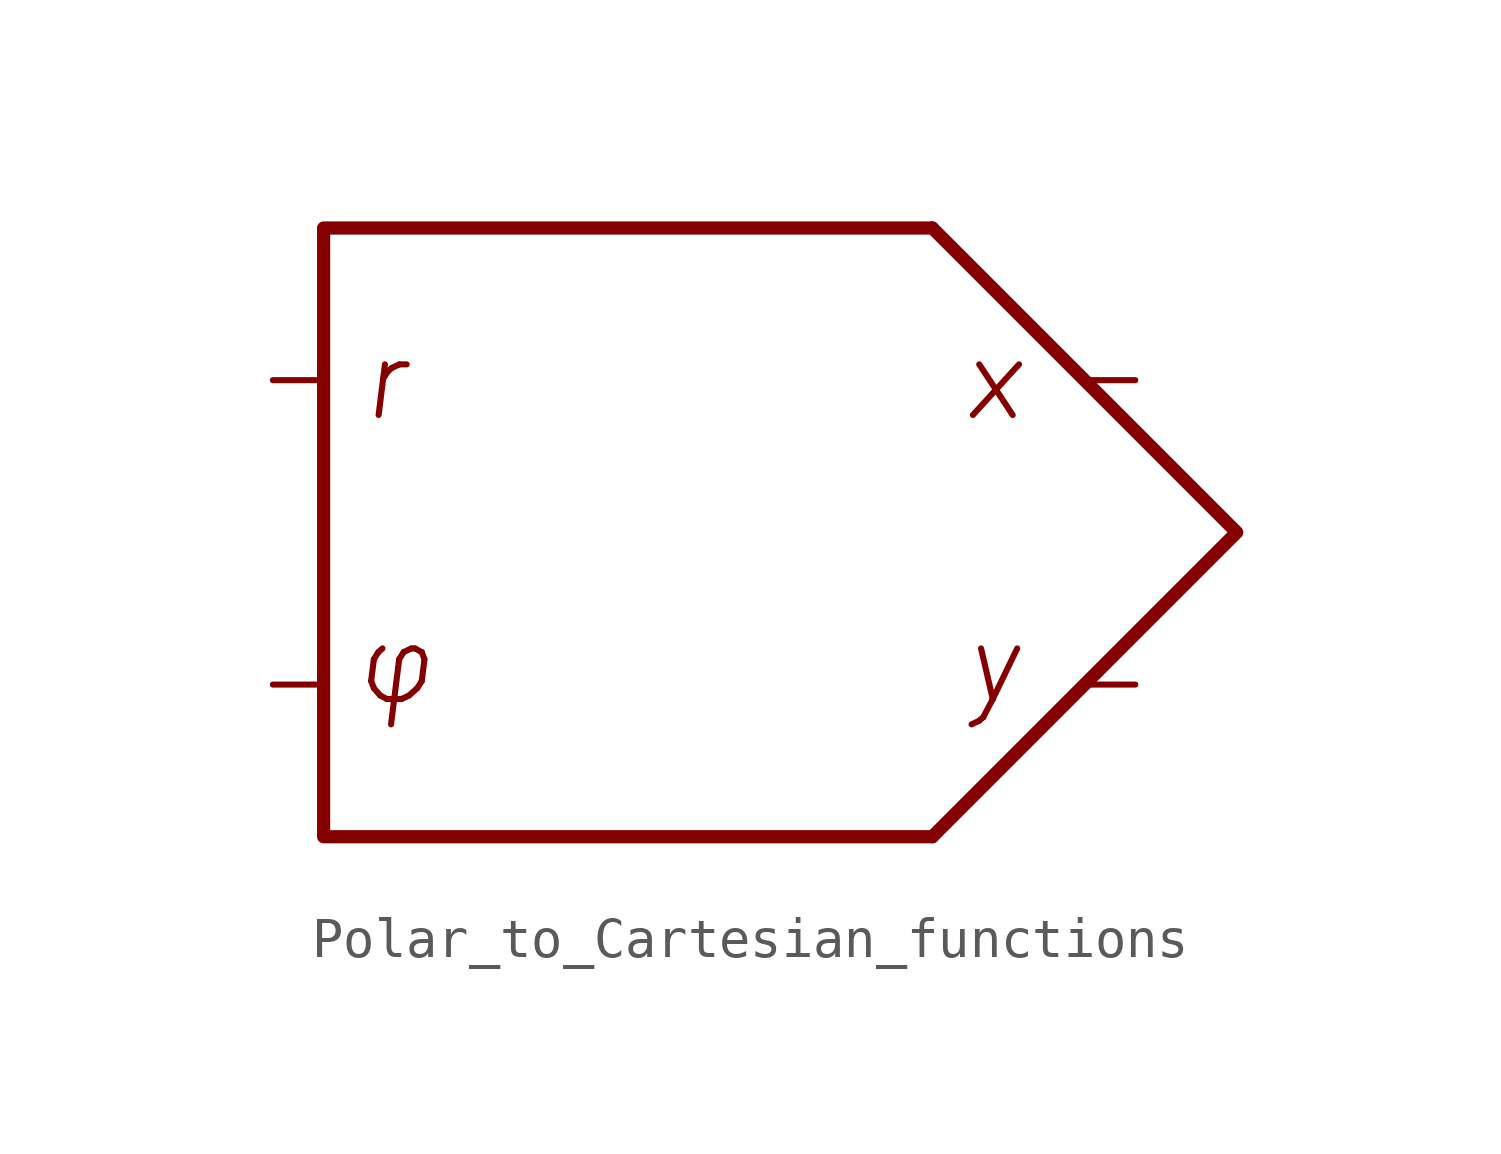
<source format=kicad_sym>
(kicad_symbol_lib
  (version 20211014)
  (generator kicad_symbol_editor)
  (symbol "Polar_to_Cartesian_functions"
    (property "Reference" "U"
      (at 8.128 12.7 0)
      (effects (font (size 1.27 1.27)) hide))
    (symbol "Polar_to_Cartesian_functions_0_0"
      (polyline (pts (xy 0 7.62) (xy -15.24 7.62) (xy -15.24 -7.62) (xy 0 -7.62)) (stroke (width 0.33) (type default) (color 0 0 0 0)) (fill (type none)))
      (text "r" (at -13.716 3.81 0) (effects (font (size 1.9 1.9) italic)))
      (text "x" (at 1.524 3.81 0) (effects (font (size 1.9 1.9) italic)))
      (text "y" (at 1.524 -3.302 0) (effects (font (size 1.9 1.9) italic)))
      (text "φ" (at -13.462 -3.302 0) (effects (font (size 1.9 1.9) italic))))
    (symbol "Polar_to_Cartesian_functions_0_1"
      (polyline (pts (xy 0 7.62) (xy 7.62 0) (xy 0 -7.62)) (stroke (width 0.33) (type default) (color 0 0 0 0)) (fill (type none))))
    (symbol "Polar_to_Cartesian_functions_1_1"
      (pin input line (at -16.51 -3.81 0) (length 1.27) (name "" (effects (font (size 1.27 1.27)))) (number "" (effects (font (size 1.27 1.27)))))
      (pin input line (at -16.51 3.81 0) (length 1.27) (name "" (effects (font (size 1.27 1.27)))) (number "" (effects (font (size 1.27 1.27)))))
      (pin output line (at 5.08 -3.81 180) (length 1.27) (name "" (effects (font (size 1.27 1.27)))) (number "" (effects (font (size 1.27 1.27)))))
      (pin output line (at 5.08 3.81 180) (length 1.27) (name "" (effects (font (size 1.27 1.27)))) (number "" (effects (font (size 1.27 1.27))))))))
</source>
